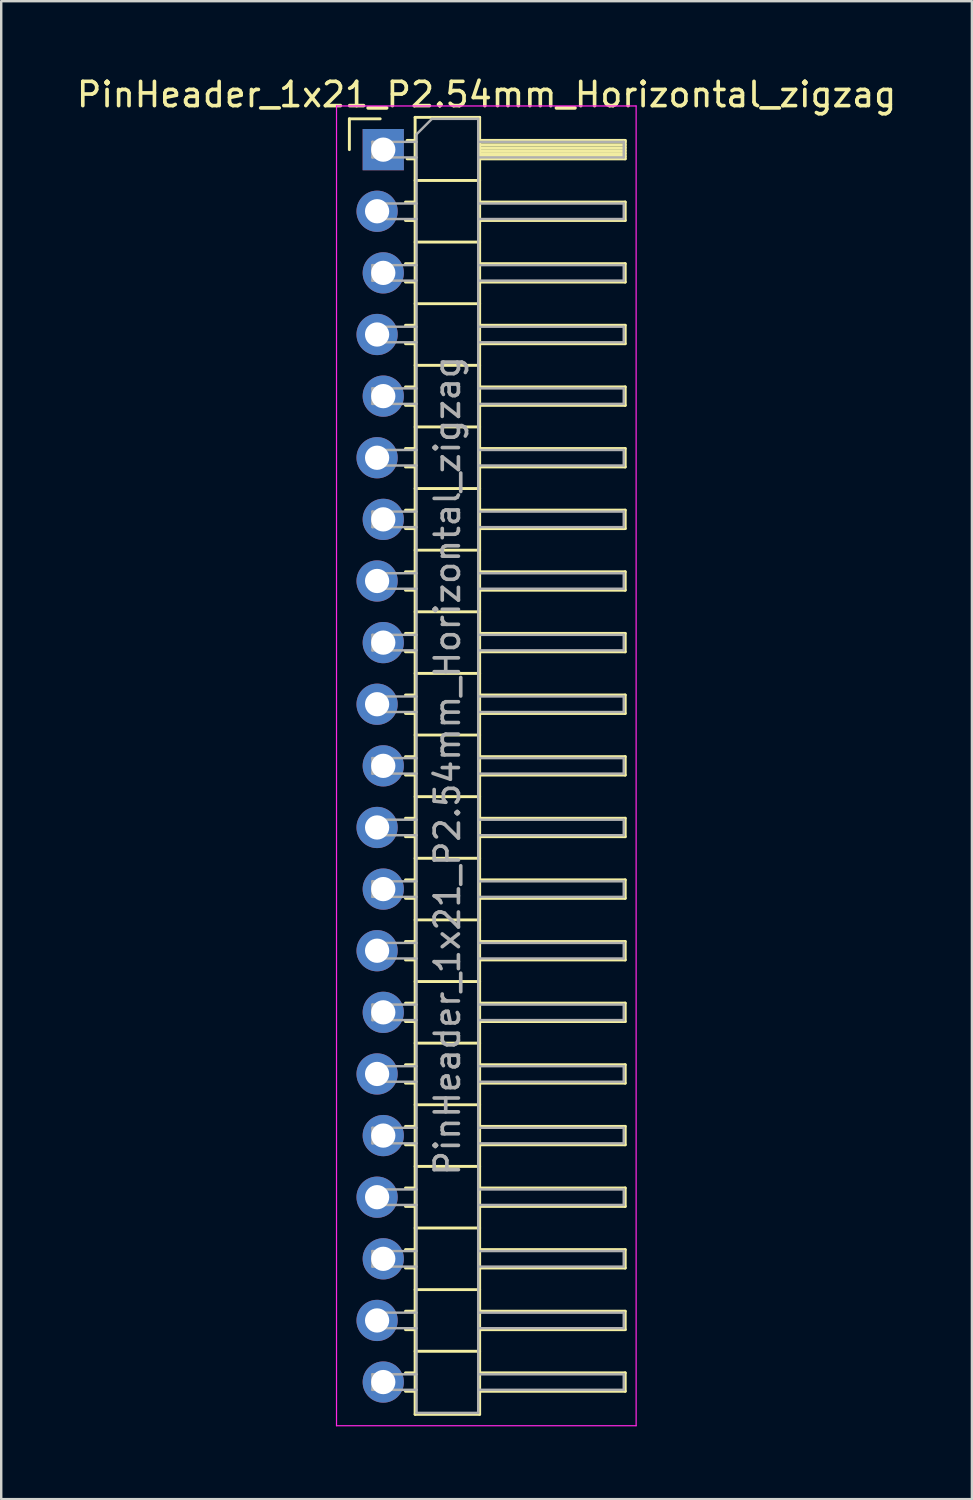
<source format=kicad_pcb>
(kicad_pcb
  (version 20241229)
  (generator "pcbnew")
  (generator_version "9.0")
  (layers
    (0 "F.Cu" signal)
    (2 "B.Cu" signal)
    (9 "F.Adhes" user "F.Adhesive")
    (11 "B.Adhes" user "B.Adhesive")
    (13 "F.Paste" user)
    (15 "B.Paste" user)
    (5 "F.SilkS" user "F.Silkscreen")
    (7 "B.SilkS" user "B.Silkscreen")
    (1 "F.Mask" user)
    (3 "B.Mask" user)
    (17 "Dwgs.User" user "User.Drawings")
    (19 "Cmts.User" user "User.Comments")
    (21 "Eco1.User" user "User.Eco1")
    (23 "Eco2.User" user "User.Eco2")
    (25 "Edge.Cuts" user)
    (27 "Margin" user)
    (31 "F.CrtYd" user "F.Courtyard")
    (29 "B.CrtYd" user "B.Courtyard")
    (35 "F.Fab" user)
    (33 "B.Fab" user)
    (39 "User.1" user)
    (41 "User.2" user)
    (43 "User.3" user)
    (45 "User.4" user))
  (footprint "PinHeader_1x21_P2.54mm_Horizontal_zigzag"
    (layer "F.Cu")
    (at 12.621 3.118)
    (property "Reference" "PinHeader_1x21_P2.54mm_Horizontal_zigzag" (at 4.385 -2.27 0) (layer "F.SilkS") (effects (font (size 1 1) (thickness 0.15))))
    (attr through_hole)
    (fp_line (start -1.27 -1.27) (end 0 -1.27) (stroke (width 0.12) (type solid)) (layer "F.SilkS"))
    (fp_line (start -1.27 0) (end -1.27 -1.27) (stroke (width 0.12) (type solid)) (layer "F.SilkS"))
    (fp_line (start 1.043 2.16) (end 1.44 2.16) (stroke (width 0.12) (type solid)) (layer "F.SilkS"))
    (fp_line (start 1.043 2.92) (end 1.44 2.92) (stroke (width 0.12) (type solid)) (layer "F.SilkS"))
    (fp_line (start 1.043 4.7) (end 1.44 4.7) (stroke (width 0.12) (type solid)) (layer "F.SilkS"))
    (fp_line (start 1.043 5.46) (end 1.44 5.46) (stroke (width 0.12) (type solid)) (layer "F.SilkS"))
    (fp_line (start 1.043 7.24) (end 1.44 7.24) (stroke (width 0.12) (type solid)) (layer "F.SilkS"))
    (fp_line (start 1.043 8) (end 1.44 8) (stroke (width 0.12) (type solid)) (layer "F.SilkS"))
    (fp_line (start 1.043 9.78) (end 1.44 9.78) (stroke (width 0.12) (type solid)) (layer "F.SilkS"))
    (fp_line (start 1.043 10.54) (end 1.44 10.54) (stroke (width 0.12) (type solid)) (layer "F.SilkS"))
    (fp_line (start 1.043 12.32) (end 1.44 12.32) (stroke (width 0.12) (type solid)) (layer "F.SilkS"))
    (fp_line (start 1.043 13.08) (end 1.44 13.08) (stroke (width 0.12) (type solid)) (layer "F.SilkS"))
    (fp_line (start 1.043 14.86) (end 1.44 14.86) (stroke (width 0.12) (type solid)) (layer "F.SilkS"))
    (fp_line (start 1.043 15.62) (end 1.44 15.62) (stroke (width 0.12) (type solid)) (layer "F.SilkS"))
    (fp_line (start 1.043 17.4) (end 1.44 17.4) (stroke (width 0.12) (type solid)) (layer "F.SilkS"))
    (fp_line (start 1.043 18.16) (end 1.44 18.16) (stroke (width 0.12) (type solid)) (layer "F.SilkS"))
    (fp_line (start 1.043 19.94) (end 1.44 19.94) (stroke (width 0.12) (type solid)) (layer "F.SilkS"))
    (fp_line (start 1.043 20.7) (end 1.44 20.7) (stroke (width 0.12) (type solid)) (layer "F.SilkS"))
    (fp_line (start 1.043 22.48) (end 1.44 22.48) (stroke (width 0.12) (type solid)) (layer "F.SilkS"))
    (fp_line (start 1.043 23.24) (end 1.44 23.24) (stroke (width 0.12) (type solid)) (layer "F.SilkS"))
    (fp_line (start 1.043 25.02) (end 1.44 25.02) (stroke (width 0.12) (type solid)) (layer "F.SilkS"))
    (fp_line (start 1.043 25.78) (end 1.44 25.78) (stroke (width 0.12) (type solid)) (layer "F.SilkS"))
    (fp_line (start 1.043 27.56) (end 1.44 27.56) (stroke (width 0.12) (type solid)) (layer "F.SilkS"))
    (fp_line (start 1.043 28.32) (end 1.44 28.32) (stroke (width 0.12) (type solid)) (layer "F.SilkS"))
    (fp_line (start 1.043 30.1) (end 1.44 30.1) (stroke (width 0.12) (type solid)) (layer "F.SilkS"))
    (fp_line (start 1.043 30.86) (end 1.44 30.86) (stroke (width 0.12) (type solid)) (layer "F.SilkS"))
    (fp_line (start 1.043 32.64) (end 1.44 32.64) (stroke (width 0.12) (type solid)) (layer "F.SilkS"))
    (fp_line (start 1.043 33.4) (end 1.44 33.4) (stroke (width 0.12) (type solid)) (layer "F.SilkS"))
    (fp_line (start 1.043 35.18) (end 1.44 35.18) (stroke (width 0.12) (type solid)) (layer "F.SilkS"))
    (fp_line (start 1.043 35.94) (end 1.44 35.94) (stroke (width 0.12) (type solid)) (layer "F.SilkS"))
    (fp_line (start 1.043 37.72) (end 1.44 37.72) (stroke (width 0.12) (type solid)) (layer "F.SilkS"))
    (fp_line (start 1.043 38.48) (end 1.44 38.48) (stroke (width 0.12) (type solid)) (layer "F.SilkS"))
    (fp_line (start 1.043 40.26) (end 1.44 40.26) (stroke (width 0.12) (type solid)) (layer "F.SilkS"))
    (fp_line (start 1.043 41.02) (end 1.44 41.02) (stroke (width 0.12) (type solid)) (layer "F.SilkS"))
    (fp_line (start 1.043 42.8) (end 1.44 42.8) (stroke (width 0.12) (type solid)) (layer "F.SilkS"))
    (fp_line (start 1.043 43.56) (end 1.44 43.56) (stroke (width 0.12) (type solid)) (layer "F.SilkS"))
    (fp_line (start 1.043 45.34) (end 1.44 45.34) (stroke (width 0.12) (type solid)) (layer "F.SilkS"))
    (fp_line (start 1.043 46.1) (end 1.44 46.1) (stroke (width 0.12) (type solid)) (layer "F.SilkS"))
    (fp_line (start 1.043 47.88) (end 1.44 47.88) (stroke (width 0.12) (type solid)) (layer "F.SilkS"))
    (fp_line (start 1.043 48.64) (end 1.44 48.64) (stroke (width 0.12) (type solid)) (layer "F.SilkS"))
    (fp_line (start 1.043 50.42) (end 1.44 50.42) (stroke (width 0.12) (type solid)) (layer "F.SilkS"))
    (fp_line (start 1.043 51.18) (end 1.44 51.18) (stroke (width 0.12) (type solid)) (layer "F.SilkS"))
    (fp_line (start 1.11 -0.38) (end 1.44 -0.38) (stroke (width 0.12) (type solid)) (layer "F.SilkS"))
    (fp_line (start 1.11 0.38) (end 1.44 0.38) (stroke (width 0.12) (type solid)) (layer "F.SilkS"))
    (fp_line (start 1.44 -1.33) (end 1.44 52.13) (stroke (width 0.12) (type solid)) (layer "F.SilkS"))
    (fp_line (start 1.44 1.27) (end 4.1 1.27) (stroke (width 0.12) (type solid)) (layer "F.SilkS"))
    (fp_line (start 1.44 3.81) (end 4.1 3.81) (stroke (width 0.12) (type solid)) (layer "F.SilkS"))
    (fp_line (start 1.44 6.35) (end 4.1 6.35) (stroke (width 0.12) (type solid)) (layer "F.SilkS"))
    (fp_line (start 1.44 8.89) (end 4.1 8.89) (stroke (width 0.12) (type solid)) (layer "F.SilkS"))
    (fp_line (start 1.44 11.43) (end 4.1 11.43) (stroke (width 0.12) (type solid)) (layer "F.SilkS"))
    (fp_line (start 1.44 13.97) (end 4.1 13.97) (stroke (width 0.12) (type solid)) (layer "F.SilkS"))
    (fp_line (start 1.44 16.51) (end 4.1 16.51) (stroke (width 0.12) (type solid)) (layer "F.SilkS"))
    (fp_line (start 1.44 19.05) (end 4.1 19.05) (stroke (width 0.12) (type solid)) (layer "F.SilkS"))
    (fp_line (start 1.44 21.59) (end 4.1 21.59) (stroke (width 0.12) (type solid)) (layer "F.SilkS"))
    (fp_line (start 1.44 24.13) (end 4.1 24.13) (stroke (width 0.12) (type solid)) (layer "F.SilkS"))
    (fp_line (start 1.44 26.67) (end 4.1 26.67) (stroke (width 0.12) (type solid)) (layer "F.SilkS"))
    (fp_line (start 1.44 29.21) (end 4.1 29.21) (stroke (width 0.12) (type solid)) (layer "F.SilkS"))
    (fp_line (start 1.44 31.75) (end 4.1 31.75) (stroke (width 0.12) (type solid)) (layer "F.SilkS"))
    (fp_line (start 1.44 34.29) (end 4.1 34.29) (stroke (width 0.12) (type solid)) (layer "F.SilkS"))
    (fp_line (start 1.44 36.83) (end 4.1 36.83) (stroke (width 0.12) (type solid)) (layer "F.SilkS"))
    (fp_line (start 1.44 39.37) (end 4.1 39.37) (stroke (width 0.12) (type solid)) (layer "F.SilkS"))
    (fp_line (start 1.44 41.91) (end 4.1 41.91) (stroke (width 0.12) (type solid)) (layer "F.SilkS"))
    (fp_line (start 1.44 44.45) (end 4.1 44.45) (stroke (width 0.12) (type solid)) (layer "F.SilkS"))
    (fp_line (start 1.44 46.99) (end 4.1 46.99) (stroke (width 0.12) (type solid)) (layer "F.SilkS"))
    (fp_line (start 1.44 49.53) (end 4.1 49.53) (stroke (width 0.12) (type solid)) (layer "F.SilkS"))
    (fp_line (start 1.44 52.13) (end 4.1 52.13) (stroke (width 0.12) (type solid)) (layer "F.SilkS"))
    (fp_line (start 4.1 -1.33) (end 1.44 -1.33) (stroke (width 0.12) (type solid)) (layer "F.SilkS"))
    (fp_line (start 4.1 -0.38) (end 10.1 -0.38) (stroke (width 0.12) (type solid)) (layer "F.SilkS"))
    (fp_line (start 4.1 -0.32) (end 10.1 -0.32) (stroke (width 0.12) (type solid)) (layer "F.SilkS"))
    (fp_line (start 4.1 -0.2) (end 10.1 -0.2) (stroke (width 0.12) (type solid)) (layer "F.SilkS"))
    (fp_line (start 4.1 -0.08) (end 10.1 -0.08) (stroke (width 0.12) (type solid)) (layer "F.SilkS"))
    (fp_line (start 4.1 0.04) (end 10.1 0.04) (stroke (width 0.12) (type solid)) (layer "F.SilkS"))
    (fp_line (start 4.1 0.16) (end 10.1 0.16) (stroke (width 0.12) (type solid)) (layer "F.SilkS"))
    (fp_line (start 4.1 0.28) (end 10.1 0.28) (stroke (width 0.12) (type solid)) (layer "F.SilkS"))
    (fp_line (start 4.1 2.16) (end 10.1 2.16) (stroke (width 0.12) (type solid)) (layer "F.SilkS"))
    (fp_line (start 4.1 4.7) (end 10.1 4.7) (stroke (width 0.12) (type solid)) (layer "F.SilkS"))
    (fp_line (start 4.1 7.24) (end 10.1 7.24) (stroke (width 0.12) (type solid)) (layer "F.SilkS"))
    (fp_line (start 4.1 9.78) (end 10.1 9.78) (stroke (width 0.12) (type solid)) (layer "F.SilkS"))
    (fp_line (start 4.1 12.32) (end 10.1 12.32) (stroke (width 0.12) (type solid)) (layer "F.SilkS"))
    (fp_line (start 4.1 14.86) (end 10.1 14.86) (stroke (width 0.12) (type solid)) (layer "F.SilkS"))
    (fp_line (start 4.1 17.4) (end 10.1 17.4) (stroke (width 0.12) (type solid)) (layer "F.SilkS"))
    (fp_line (start 4.1 19.94) (end 10.1 19.94) (stroke (width 0.12) (type solid)) (layer "F.SilkS"))
    (fp_line (start 4.1 22.48) (end 10.1 22.48) (stroke (width 0.12) (type solid)) (layer "F.SilkS"))
    (fp_line (start 4.1 25.02) (end 10.1 25.02) (stroke (width 0.12) (type solid)) (layer "F.SilkS"))
    (fp_line (start 4.1 27.56) (end 10.1 27.56) (stroke (width 0.12) (type solid)) (layer "F.SilkS"))
    (fp_line (start 4.1 30.1) (end 10.1 30.1) (stroke (width 0.12) (type solid)) (layer "F.SilkS"))
    (fp_line (start 4.1 32.64) (end 10.1 32.64) (stroke (width 0.12) (type solid)) (layer "F.SilkS"))
    (fp_line (start 4.1 35.18) (end 10.1 35.18) (stroke (width 0.12) (type solid)) (layer "F.SilkS"))
    (fp_line (start 4.1 37.72) (end 10.1 37.72) (stroke (width 0.12) (type solid)) (layer "F.SilkS"))
    (fp_line (start 4.1 40.26) (end 10.1 40.26) (stroke (width 0.12) (type solid)) (layer "F.SilkS"))
    (fp_line (start 4.1 42.8) (end 10.1 42.8) (stroke (width 0.12) (type solid)) (layer "F.SilkS"))
    (fp_line (start 4.1 45.34) (end 10.1 45.34) (stroke (width 0.12) (type solid)) (layer "F.SilkS"))
    (fp_line (start 4.1 47.88) (end 10.1 47.88) (stroke (width 0.12) (type solid)) (layer "F.SilkS"))
    (fp_line (start 4.1 50.42) (end 10.1 50.42) (stroke (width 0.12) (type solid)) (layer "F.SilkS"))
    (fp_line (start 4.1 52.13) (end 4.1 -1.33) (stroke (width 0.12) (type solid)) (layer "F.SilkS"))
    (fp_line (start 10.1 -0.38) (end 10.1 0.38) (stroke (width 0.12) (type solid)) (layer "F.SilkS"))
    (fp_line (start 10.1 0.38) (end 4.1 0.38) (stroke (width 0.12) (type solid)) (layer "F.SilkS"))
    (fp_line (start 10.1 2.16) (end 10.1 2.92) (stroke (width 0.12) (type solid)) (layer "F.SilkS"))
    (fp_line (start 10.1 2.92) (end 4.1 2.92) (stroke (width 0.12) (type solid)) (layer "F.SilkS"))
    (fp_line (start 10.1 4.7) (end 10.1 5.46) (stroke (width 0.12) (type solid)) (layer "F.SilkS"))
    (fp_line (start 10.1 5.46) (end 4.1 5.46) (stroke (width 0.12) (type solid)) (layer "F.SilkS"))
    (fp_line (start 10.1 7.24) (end 10.1 8) (stroke (width 0.12) (type solid)) (layer "F.SilkS"))
    (fp_line (start 10.1 8) (end 4.1 8) (stroke (width 0.12) (type solid)) (layer "F.SilkS"))
    (fp_line (start 10.1 9.78) (end 10.1 10.54) (stroke (width 0.12) (type solid)) (layer "F.SilkS"))
    (fp_line (start 10.1 10.54) (end 4.1 10.54) (stroke (width 0.12) (type solid)) (layer "F.SilkS"))
    (fp_line (start 10.1 12.32) (end 10.1 13.08) (stroke (width 0.12) (type solid)) (layer "F.SilkS"))
    (fp_line (start 10.1 13.08) (end 4.1 13.08) (stroke (width 0.12) (type solid)) (layer "F.SilkS"))
    (fp_line (start 10.1 14.86) (end 10.1 15.62) (stroke (width 0.12) (type solid)) (layer "F.SilkS"))
    (fp_line (start 10.1 15.62) (end 4.1 15.62) (stroke (width 0.12) (type solid)) (layer "F.SilkS"))
    (fp_line (start 10.1 17.4) (end 10.1 18.16) (stroke (width 0.12) (type solid)) (layer "F.SilkS"))
    (fp_line (start 10.1 18.16) (end 4.1 18.16) (stroke (width 0.12) (type solid)) (layer "F.SilkS"))
    (fp_line (start 10.1 19.94) (end 10.1 20.7) (stroke (width 0.12) (type solid)) (layer "F.SilkS"))
    (fp_line (start 10.1 20.7) (end 4.1 20.7) (stroke (width 0.12) (type solid)) (layer "F.SilkS"))
    (fp_line (start 10.1 22.48) (end 10.1 23.24) (stroke (width 0.12) (type solid)) (layer "F.SilkS"))
    (fp_line (start 10.1 23.24) (end 4.1 23.24) (stroke (width 0.12) (type solid)) (layer "F.SilkS"))
    (fp_line (start 10.1 25.02) (end 10.1 25.78) (stroke (width 0.12) (type solid)) (layer "F.SilkS"))
    (fp_line (start 10.1 25.78) (end 4.1 25.78) (stroke (width 0.12) (type solid)) (layer "F.SilkS"))
    (fp_line (start 10.1 27.56) (end 10.1 28.32) (stroke (width 0.12) (type solid)) (layer "F.SilkS"))
    (fp_line (start 10.1 28.32) (end 4.1 28.32) (stroke (width 0.12) (type solid)) (layer "F.SilkS"))
    (fp_line (start 10.1 30.1) (end 10.1 30.86) (stroke (width 0.12) (type solid)) (layer "F.SilkS"))
    (fp_line (start 10.1 30.86) (end 4.1 30.86) (stroke (width 0.12) (type solid)) (layer "F.SilkS"))
    (fp_line (start 10.1 32.64) (end 10.1 33.4) (stroke (width 0.12) (type solid)) (layer "F.SilkS"))
    (fp_line (start 10.1 33.4) (end 4.1 33.4) (stroke (width 0.12) (type solid)) (layer "F.SilkS"))
    (fp_line (start 10.1 35.18) (end 10.1 35.94) (stroke (width 0.12) (type solid)) (layer "F.SilkS"))
    (fp_line (start 10.1 35.94) (end 4.1 35.94) (stroke (width 0.12) (type solid)) (layer "F.SilkS"))
    (fp_line (start 10.1 37.72) (end 10.1 38.48) (stroke (width 0.12) (type solid)) (layer "F.SilkS"))
    (fp_line (start 10.1 38.48) (end 4.1 38.48) (stroke (width 0.12) (type solid)) (layer "F.SilkS"))
    (fp_line (start 10.1 40.26) (end 10.1 41.02) (stroke (width 0.12) (type solid)) (layer "F.SilkS"))
    (fp_line (start 10.1 41.02) (end 4.1 41.02) (stroke (width 0.12) (type solid)) (layer "F.SilkS"))
    (fp_line (start 10.1 42.8) (end 10.1 43.56) (stroke (width 0.12) (type solid)) (layer "F.SilkS"))
    (fp_line (start 10.1 43.56) (end 4.1 43.56) (stroke (width 0.12) (type solid)) (layer "F.SilkS"))
    (fp_line (start 10.1 45.34) (end 10.1 46.1) (stroke (width 0.12) (type solid)) (layer "F.SilkS"))
    (fp_line (start 10.1 46.1) (end 4.1 46.1) (stroke (width 0.12) (type solid)) (layer "F.SilkS"))
    (fp_line (start 10.1 47.88) (end 10.1 48.64) (stroke (width 0.12) (type solid)) (layer "F.SilkS"))
    (fp_line (start 10.1 48.64) (end 4.1 48.64) (stroke (width 0.12) (type solid)) (layer "F.SilkS"))
    (fp_line (start 10.1 50.42) (end 10.1 51.18) (stroke (width 0.12) (type solid)) (layer "F.SilkS"))
    (fp_line (start 10.1 51.18) (end 4.1 51.18) (stroke (width 0.12) (type solid)) (layer "F.SilkS"))
    (fp_line (start -1.8 -1.8) (end -1.8 52.6) (stroke (width 0.05) (type solid)) (layer "F.CrtYd"))
    (fp_line (start -1.8 52.6) (end 10.55 52.6) (stroke (width 0.05) (type solid)) (layer "F.CrtYd"))
    (fp_line (start 10.55 -1.8) (end -1.8 -1.8) (stroke (width 0.05) (type solid)) (layer "F.CrtYd"))
    (fp_line (start 10.55 52.6) (end 10.55 -1.8) (stroke (width 0.05) (type solid)) (layer "F.CrtYd"))
    (fp_line (start -0.32 -0.32) (end -0.32 0.32) (stroke (width 0.1) (type solid)) (layer "F.Fab"))
    (fp_line (start -0.32 -0.32) (end 1.5 -0.32) (stroke (width 0.1) (type solid)) (layer "F.Fab"))
    (fp_line (start -0.32 0.32) (end 1.5 0.32) (stroke (width 0.1) (type solid)) (layer "F.Fab"))
    (fp_line (start -0.32 2.22) (end -0.32 2.86) (stroke (width 0.1) (type solid)) (layer "F.Fab"))
    (fp_line (start -0.32 2.22) (end 1.5 2.22) (stroke (width 0.1) (type solid)) (layer "F.Fab"))
    (fp_line (start -0.32 2.86) (end 1.5 2.86) (stroke (width 0.1) (type solid)) (layer "F.Fab"))
    (fp_line (start -0.32 4.76) (end -0.32 5.4) (stroke (width 0.1) (type solid)) (layer "F.Fab"))
    (fp_line (start -0.32 4.76) (end 1.5 4.76) (stroke (width 0.1) (type solid)) (layer "F.Fab"))
    (fp_line (start -0.32 5.4) (end 1.5 5.4) (stroke (width 0.1) (type solid)) (layer "F.Fab"))
    (fp_line (start -0.32 7.3) (end -0.32 7.94) (stroke (width 0.1) (type solid)) (layer "F.Fab"))
    (fp_line (start -0.32 7.3) (end 1.5 7.3) (stroke (width 0.1) (type solid)) (layer "F.Fab"))
    (fp_line (start -0.32 7.94) (end 1.5 7.94) (stroke (width 0.1) (type solid)) (layer "F.Fab"))
    (fp_line (start -0.32 9.84) (end -0.32 10.48) (stroke (width 0.1) (type solid)) (layer "F.Fab"))
    (fp_line (start -0.32 9.84) (end 1.5 9.84) (stroke (width 0.1) (type solid)) (layer "F.Fab"))
    (fp_line (start -0.32 10.48) (end 1.5 10.48) (stroke (width 0.1) (type solid)) (layer "F.Fab"))
    (fp_line (start -0.32 12.38) (end -0.32 13.02) (stroke (width 0.1) (type solid)) (layer "F.Fab"))
    (fp_line (start -0.32 12.38) (end 1.5 12.38) (stroke (width 0.1) (type solid)) (layer "F.Fab"))
    (fp_line (start -0.32 13.02) (end 1.5 13.02) (stroke (width 0.1) (type solid)) (layer "F.Fab"))
    (fp_line (start -0.32 14.92) (end -0.32 15.56) (stroke (width 0.1) (type solid)) (layer "F.Fab"))
    (fp_line (start -0.32 14.92) (end 1.5 14.92) (stroke (width 0.1) (type solid)) (layer "F.Fab"))
    (fp_line (start -0.32 15.56) (end 1.5 15.56) (stroke (width 0.1) (type solid)) (layer "F.Fab"))
    (fp_line (start -0.32 17.46) (end -0.32 18.1) (stroke (width 0.1) (type solid)) (layer "F.Fab"))
    (fp_line (start -0.32 17.46) (end 1.5 17.46) (stroke (width 0.1) (type solid)) (layer "F.Fab"))
    (fp_line (start -0.32 18.1) (end 1.5 18.1) (stroke (width 0.1) (type solid)) (layer "F.Fab"))
    (fp_line (start -0.32 20) (end -0.32 20.64) (stroke (width 0.1) (type solid)) (layer "F.Fab"))
    (fp_line (start -0.32 20) (end 1.5 20) (stroke (width 0.1) (type solid)) (layer "F.Fab"))
    (fp_line (start -0.32 20.64) (end 1.5 20.64) (stroke (width 0.1) (type solid)) (layer "F.Fab"))
    (fp_line (start -0.32 22.54) (end -0.32 23.18) (stroke (width 0.1) (type solid)) (layer "F.Fab"))
    (fp_line (start -0.32 22.54) (end 1.5 22.54) (stroke (width 0.1) (type solid)) (layer "F.Fab"))
    (fp_line (start -0.32 23.18) (end 1.5 23.18) (stroke (width 0.1) (type solid)) (layer "F.Fab"))
    (fp_line (start -0.32 25.08) (end -0.32 25.72) (stroke (width 0.1) (type solid)) (layer "F.Fab"))
    (fp_line (start -0.32 25.08) (end 1.5 25.08) (stroke (width 0.1) (type solid)) (layer "F.Fab"))
    (fp_line (start -0.32 25.72) (end 1.5 25.72) (stroke (width 0.1) (type solid)) (layer "F.Fab"))
    (fp_line (start -0.32 27.62) (end -0.32 28.26) (stroke (width 0.1) (type solid)) (layer "F.Fab"))
    (fp_line (start -0.32 27.62) (end 1.5 27.62) (stroke (width 0.1) (type solid)) (layer "F.Fab"))
    (fp_line (start -0.32 28.26) (end 1.5 28.26) (stroke (width 0.1) (type solid)) (layer "F.Fab"))
    (fp_line (start -0.32 30.16) (end -0.32 30.8) (stroke (width 0.1) (type solid)) (layer "F.Fab"))
    (fp_line (start -0.32 30.16) (end 1.5 30.16) (stroke (width 0.1) (type solid)) (layer "F.Fab"))
    (fp_line (start -0.32 30.8) (end 1.5 30.8) (stroke (width 0.1) (type solid)) (layer "F.Fab"))
    (fp_line (start -0.32 32.7) (end -0.32 33.34) (stroke (width 0.1) (type solid)) (layer "F.Fab"))
    (fp_line (start -0.32 32.7) (end 1.5 32.7) (stroke (width 0.1) (type solid)) (layer "F.Fab"))
    (fp_line (start -0.32 33.34) (end 1.5 33.34) (stroke (width 0.1) (type solid)) (layer "F.Fab"))
    (fp_line (start -0.32 35.24) (end -0.32 35.88) (stroke (width 0.1) (type solid)) (layer "F.Fab"))
    (fp_line (start -0.32 35.24) (end 1.5 35.24) (stroke (width 0.1) (type solid)) (layer "F.Fab"))
    (fp_line (start -0.32 35.88) (end 1.5 35.88) (stroke (width 0.1) (type solid)) (layer "F.Fab"))
    (fp_line (start -0.32 37.78) (end -0.32 38.42) (stroke (width 0.1) (type solid)) (layer "F.Fab"))
    (fp_line (start -0.32 37.78) (end 1.5 37.78) (stroke (width 0.1) (type solid)) (layer "F.Fab"))
    (fp_line (start -0.32 38.42) (end 1.5 38.42) (stroke (width 0.1) (type solid)) (layer "F.Fab"))
    (fp_line (start -0.32 40.32) (end -0.32 40.96) (stroke (width 0.1) (type solid)) (layer "F.Fab"))
    (fp_line (start -0.32 40.32) (end 1.5 40.32) (stroke (width 0.1) (type solid)) (layer "F.Fab"))
    (fp_line (start -0.32 40.96) (end 1.5 40.96) (stroke (width 0.1) (type solid)) (layer "F.Fab"))
    (fp_line (start -0.32 42.86) (end -0.32 43.5) (stroke (width 0.1) (type solid)) (layer "F.Fab"))
    (fp_line (start -0.32 42.86) (end 1.5 42.86) (stroke (width 0.1) (type solid)) (layer "F.Fab"))
    (fp_line (start -0.32 43.5) (end 1.5 43.5) (stroke (width 0.1) (type solid)) (layer "F.Fab"))
    (fp_line (start -0.32 45.4) (end -0.32 46.04) (stroke (width 0.1) (type solid)) (layer "F.Fab"))
    (fp_line (start -0.32 45.4) (end 1.5 45.4) (stroke (width 0.1) (type solid)) (layer "F.Fab"))
    (fp_line (start -0.32 46.04) (end 1.5 46.04) (stroke (width 0.1) (type solid)) (layer "F.Fab"))
    (fp_line (start -0.32 47.94) (end -0.32 48.58) (stroke (width 0.1) (type solid)) (layer "F.Fab"))
    (fp_line (start -0.32 47.94) (end 1.5 47.94) (stroke (width 0.1) (type solid)) (layer "F.Fab"))
    (fp_line (start -0.32 48.58) (end 1.5 48.58) (stroke (width 0.1) (type solid)) (layer "F.Fab"))
    (fp_line (start -0.32 50.48) (end -0.32 51.12) (stroke (width 0.1) (type solid)) (layer "F.Fab"))
    (fp_line (start -0.32 50.48) (end 1.5 50.48) (stroke (width 0.1) (type solid)) (layer "F.Fab"))
    (fp_line (start -0.32 51.12) (end 1.5 51.12) (stroke (width 0.1) (type solid)) (layer "F.Fab"))
    (fp_line (start 1.5 -0.635) (end 2.135 -1.27) (stroke (width 0.1) (type solid)) (layer "F.Fab"))
    (fp_line (start 1.5 52.07) (end 1.5 -0.635) (stroke (width 0.1) (type solid)) (layer "F.Fab"))
    (fp_line (start 2.135 -1.27) (end 4.04 -1.27) (stroke (width 0.1) (type solid)) (layer "F.Fab"))
    (fp_line (start 4.04 -1.27) (end 4.04 52.07) (stroke (width 0.1) (type solid)) (layer "F.Fab"))
    (fp_line (start 4.04 -0.32) (end 10.04 -0.32) (stroke (width 0.1) (type solid)) (layer "F.Fab"))
    (fp_line (start 4.04 0.32) (end 10.04 0.32) (stroke (width 0.1) (type solid)) (layer "F.Fab"))
    (fp_line (start 4.04 2.22) (end 10.04 2.22) (stroke (width 0.1) (type solid)) (layer "F.Fab"))
    (fp_line (start 4.04 2.86) (end 10.04 2.86) (stroke (width 0.1) (type solid)) (layer "F.Fab"))
    (fp_line (start 4.04 4.76) (end 10.04 4.76) (stroke (width 0.1) (type solid)) (layer "F.Fab"))
    (fp_line (start 4.04 5.4) (end 10.04 5.4) (stroke (width 0.1) (type solid)) (layer "F.Fab"))
    (fp_line (start 4.04 7.3) (end 10.04 7.3) (stroke (width 0.1) (type solid)) (layer "F.Fab"))
    (fp_line (start 4.04 7.94) (end 10.04 7.94) (stroke (width 0.1) (type solid)) (layer "F.Fab"))
    (fp_line (start 4.04 9.84) (end 10.04 9.84) (stroke (width 0.1) (type solid)) (layer "F.Fab"))
    (fp_line (start 4.04 10.48) (end 10.04 10.48) (stroke (width 0.1) (type solid)) (layer "F.Fab"))
    (fp_line (start 4.04 12.38) (end 10.04 12.38) (stroke (width 0.1) (type solid)) (layer "F.Fab"))
    (fp_line (start 4.04 13.02) (end 10.04 13.02) (stroke (width 0.1) (type solid)) (layer "F.Fab"))
    (fp_line (start 4.04 14.92) (end 10.04 14.92) (stroke (width 0.1) (type solid)) (layer "F.Fab"))
    (fp_line (start 4.04 15.56) (end 10.04 15.56) (stroke (width 0.1) (type solid)) (layer "F.Fab"))
    (fp_line (start 4.04 17.46) (end 10.04 17.46) (stroke (width 0.1) (type solid)) (layer "F.Fab"))
    (fp_line (start 4.04 18.1) (end 10.04 18.1) (stroke (width 0.1) (type solid)) (layer "F.Fab"))
    (fp_line (start 4.04 20) (end 10.04 20) (stroke (width 0.1) (type solid)) (layer "F.Fab"))
    (fp_line (start 4.04 20.64) (end 10.04 20.64) (stroke (width 0.1) (type solid)) (layer "F.Fab"))
    (fp_line (start 4.04 22.54) (end 10.04 22.54) (stroke (width 0.1) (type solid)) (layer "F.Fab"))
    (fp_line (start 4.04 23.18) (end 10.04 23.18) (stroke (width 0.1) (type solid)) (layer "F.Fab"))
    (fp_line (start 4.04 25.08) (end 10.04 25.08) (stroke (width 0.1) (type solid)) (layer "F.Fab"))
    (fp_line (start 4.04 25.72) (end 10.04 25.72) (stroke (width 0.1) (type solid)) (layer "F.Fab"))
    (fp_line (start 4.04 27.62) (end 10.04 27.62) (stroke (width 0.1) (type solid)) (layer "F.Fab"))
    (fp_line (start 4.04 28.26) (end 10.04 28.26) (stroke (width 0.1) (type solid)) (layer "F.Fab"))
    (fp_line (start 4.04 30.16) (end 10.04 30.16) (stroke (width 0.1) (type solid)) (layer "F.Fab"))
    (fp_line (start 4.04 30.8) (end 10.04 30.8) (stroke (width 0.1) (type solid)) (layer "F.Fab"))
    (fp_line (start 4.04 32.7) (end 10.04 32.7) (stroke (width 0.1) (type solid)) (layer "F.Fab"))
    (fp_line (start 4.04 33.34) (end 10.04 33.34) (stroke (width 0.1) (type solid)) (layer "F.Fab"))
    (fp_line (start 4.04 35.24) (end 10.04 35.24) (stroke (width 0.1) (type solid)) (layer "F.Fab"))
    (fp_line (start 4.04 35.88) (end 10.04 35.88) (stroke (width 0.1) (type solid)) (layer "F.Fab"))
    (fp_line (start 4.04 37.78) (end 10.04 37.78) (stroke (width 0.1) (type solid)) (layer "F.Fab"))
    (fp_line (start 4.04 38.42) (end 10.04 38.42) (stroke (width 0.1) (type solid)) (layer "F.Fab"))
    (fp_line (start 4.04 40.32) (end 10.04 40.32) (stroke (width 0.1) (type solid)) (layer "F.Fab"))
    (fp_line (start 4.04 40.96) (end 10.04 40.96) (stroke (width 0.1) (type solid)) (layer "F.Fab"))
    (fp_line (start 4.04 42.86) (end 10.04 42.86) (stroke (width 0.1) (type solid)) (layer "F.Fab"))
    (fp_line (start 4.04 43.5) (end 10.04 43.5) (stroke (width 0.1) (type solid)) (layer "F.Fab"))
    (fp_line (start 4.04 45.4) (end 10.04 45.4) (stroke (width 0.1) (type solid)) (layer "F.Fab"))
    (fp_line (start 4.04 46.04) (end 10.04 46.04) (stroke (width 0.1) (type solid)) (layer "F.Fab"))
    (fp_line (start 4.04 47.94) (end 10.04 47.94) (stroke (width 0.1) (type solid)) (layer "F.Fab"))
    (fp_line (start 4.04 48.58) (end 10.04 48.58) (stroke (width 0.1) (type solid)) (layer "F.Fab"))
    (fp_line (start 4.04 50.48) (end 10.04 50.48) (stroke (width 0.1) (type solid)) (layer "F.Fab"))
    (fp_line (start 4.04 51.12) (end 10.04 51.12) (stroke (width 0.1) (type solid)) (layer "F.Fab"))
    (fp_line (start 4.04 52.07) (end 1.5 52.07) (stroke (width 0.1) (type solid)) (layer "F.Fab"))
    (fp_line (start 10.04 -0.32) (end 10.04 0.32) (stroke (width 0.1) (type solid)) (layer "F.Fab"))
    (fp_line (start 10.04 2.22) (end 10.04 2.86) (stroke (width 0.1) (type solid)) (layer "F.Fab"))
    (fp_line (start 10.04 4.76) (end 10.04 5.4) (stroke (width 0.1) (type solid)) (layer "F.Fab"))
    (fp_line (start 10.04 7.3) (end 10.04 7.94) (stroke (width 0.1) (type solid)) (layer "F.Fab"))
    (fp_line (start 10.04 9.84) (end 10.04 10.48) (stroke (width 0.1) (type solid)) (layer "F.Fab"))
    (fp_line (start 10.04 12.38) (end 10.04 13.02) (stroke (width 0.1) (type solid)) (layer "F.Fab"))
    (fp_line (start 10.04 14.92) (end 10.04 15.56) (stroke (width 0.1) (type solid)) (layer "F.Fab"))
    (fp_line (start 10.04 17.46) (end 10.04 18.1) (stroke (width 0.1) (type solid)) (layer "F.Fab"))
    (fp_line (start 10.04 20) (end 10.04 20.64) (stroke (width 0.1) (type solid)) (layer "F.Fab"))
    (fp_line (start 10.04 22.54) (end 10.04 23.18) (stroke (width 0.1) (type solid)) (layer "F.Fab"))
    (fp_line (start 10.04 25.08) (end 10.04 25.72) (stroke (width 0.1) (type solid)) (layer "F.Fab"))
    (fp_line (start 10.04 27.62) (end 10.04 28.26) (stroke (width 0.1) (type solid)) (layer "F.Fab"))
    (fp_line (start 10.04 30.16) (end 10.04 30.8) (stroke (width 0.1) (type solid)) (layer "F.Fab"))
    (fp_line (start 10.04 32.7) (end 10.04 33.34) (stroke (width 0.1) (type solid)) (layer "F.Fab"))
    (fp_line (start 10.04 35.24) (end 10.04 35.88) (stroke (width 0.1) (type solid)) (layer "F.Fab"))
    (fp_line (start 10.04 37.78) (end 10.04 38.42) (stroke (width 0.1) (type solid)) (layer "F.Fab"))
    (fp_line (start 10.04 40.32) (end 10.04 40.96) (stroke (width 0.1) (type solid)) (layer "F.Fab"))
    (fp_line (start 10.04 42.86) (end 10.04 43.5) (stroke (width 0.1) (type solid)) (layer "F.Fab"))
    (fp_line (start 10.04 45.4) (end 10.04 46.04) (stroke (width 0.1) (type solid)) (layer "F.Fab"))
    (fp_line (start 10.04 47.94) (end 10.04 48.58) (stroke (width 0.1) (type solid)) (layer "F.Fab"))
    (fp_line (start 10.04 50.48) (end 10.04 51.12) (stroke (width 0.1) (type solid)) (layer "F.Fab"))
    (fp_text user "${REFERENCE}" (at 2.77 25.4 90) (layer "F.Fab") (effects (font (size 1 1) (thickness 0.15))))
    (pad "1" thru_hole rect (at 0.127 0) (size 1.7 1.7) (drill 1) (layers "*.Cu" "*.Mask"))
    (pad "2" thru_hole oval (at -0.127 2.54) (size 1.7 1.7) (drill 1) (layers "*.Cu" "*.Mask"))
    (pad "3" thru_hole oval (at 0.127 5.08) (size 1.7 1.7) (drill 1) (layers "*.Cu" "*.Mask"))
    (pad "4" thru_hole oval (at -0.127 7.62) (size 1.7 1.7) (drill 1) (layers "*.Cu" "*.Mask"))
    (pad "5" thru_hole oval (at 0.127 10.16) (size 1.7 1.7) (drill 1) (layers "*.Cu" "*.Mask"))
    (pad "6" thru_hole oval (at -0.127 12.7) (size 1.7 1.7) (drill 1) (layers "*.Cu" "*.Mask"))
    (pad "7" thru_hole oval (at 0.127 15.24) (size 1.7 1.7) (drill 1) (layers "*.Cu" "*.Mask"))
    (pad "8" thru_hole oval (at -0.127 17.78) (size 1.7 1.7) (drill 1) (layers "*.Cu" "*.Mask"))
    (pad "9" thru_hole oval (at 0.127 20.32) (size 1.7 1.7) (drill 1) (layers "*.Cu" "*.Mask"))
    (pad "10" thru_hole oval (at -0.127 22.86) (size 1.7 1.7) (drill 1) (layers "*.Cu" "*.Mask"))
    (pad "11" thru_hole oval (at 0.127 25.4) (size 1.7 1.7) (drill 1) (layers "*.Cu" "*.Mask"))
    (pad "12" thru_hole oval (at -0.127 27.94) (size 1.7 1.7) (drill 1) (layers "*.Cu" "*.Mask"))
    (pad "13" thru_hole oval (at 0.127 30.48) (size 1.7 1.7) (drill 1) (layers "*.Cu" "*.Mask"))
    (pad "14" thru_hole oval (at -0.127 33.02) (size 1.7 1.7) (drill 1) (layers "*.Cu" "*.Mask"))
    (pad "15" thru_hole oval (at 0.127 35.56) (size 1.7 1.7) (drill 1) (layers "*.Cu" "*.Mask"))
    (pad "16" thru_hole oval (at -0.127 38.1) (size 1.7 1.7) (drill 1) (layers "*.Cu" "*.Mask"))
    (pad "17" thru_hole oval (at 0.127 40.64) (size 1.7 1.7) (drill 1) (layers "*.Cu" "*.Mask"))
    (pad "18" thru_hole oval (at -0.127 43.18) (size 1.7 1.7) (drill 1) (layers "*.Cu" "*.Mask"))
    (pad "19" thru_hole oval (at 0.127 45.72) (size 1.7 1.7) (drill 1) (layers "*.Cu" "*.Mask"))
    (pad "20" thru_hole oval (at -0.127 48.26) (size 1.7 1.7) (drill 1) (layers "*.Cu" "*.Mask"))
    (pad "21" thru_hole oval (at 0.127 50.8) (size 1.7 1.7) (drill 1) (layers "*.Cu" "*.Mask")))
  (gr_rect
    (start -3 -3)
    (end 37.012 58.743)
    (stroke (width 0.1) (type default))
    (fill no)
    (layer "Edge.Cuts")))
</source>
